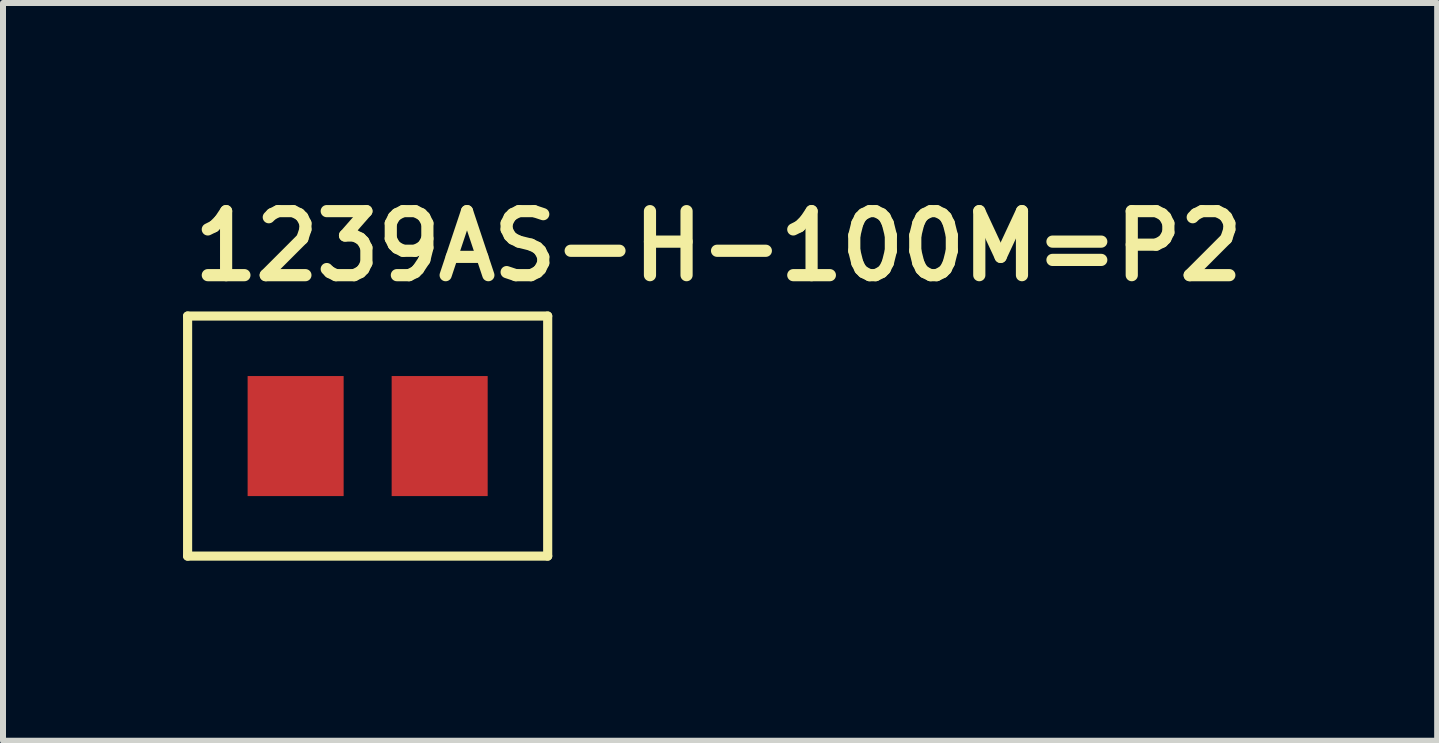
<source format=kicad_pcb>
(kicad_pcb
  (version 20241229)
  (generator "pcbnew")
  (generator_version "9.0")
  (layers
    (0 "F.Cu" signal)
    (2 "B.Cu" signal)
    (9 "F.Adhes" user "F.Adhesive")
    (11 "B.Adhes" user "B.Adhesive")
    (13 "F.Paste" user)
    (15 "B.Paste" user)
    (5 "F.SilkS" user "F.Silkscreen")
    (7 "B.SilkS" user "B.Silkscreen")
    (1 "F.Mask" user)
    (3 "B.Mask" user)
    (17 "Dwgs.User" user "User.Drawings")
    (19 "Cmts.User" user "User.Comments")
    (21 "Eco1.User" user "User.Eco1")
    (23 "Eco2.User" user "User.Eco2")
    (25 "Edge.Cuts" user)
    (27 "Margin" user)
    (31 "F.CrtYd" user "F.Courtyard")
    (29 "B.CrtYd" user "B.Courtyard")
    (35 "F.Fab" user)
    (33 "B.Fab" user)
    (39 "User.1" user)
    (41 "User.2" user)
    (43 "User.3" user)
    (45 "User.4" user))
  (footprint "1239AS-H-100M=P2"
    (layer "F.Cu")
    (at 3.076 4.216)
    (property "Reference" "1239AS-H-100M=P2" (at -3 -2.54 0) (unlocked yes) (layer "F.SilkS") (effects (font (size 1.067 1.067) (thickness 0.203)) (justify left bottom)))
    (fp_line (start -3 -2) (end 3 -2) (stroke (width 0.152) (type solid)) (layer "F.SilkS"))
    (fp_line (start -3 2) (end -3 -2) (stroke (width 0.152) (type solid)) (layer "F.SilkS"))
    (fp_line (start 3 -2) (end 3 2) (stroke (width 0.152) (type solid)) (layer "F.SilkS"))
    (fp_line (start 3 2) (end -3 2) (stroke (width 0.152) (type solid)) (layer "F.SilkS"))
    (pad "P1" smd rect (at -1.2 0) (size 1.6 2) (layers "F.Cu" "F.Mask" "F.Paste"))
    (pad "P2" smd rect (at 1.2 0) (size 1.6 2) (layers "F.Cu" "F.Mask" "F.Paste")))
  (gr_rect
    (start -3 -3)
    (end 20.897 9.293)
    (stroke (width 0.1) (type default))
    (fill no)
    (layer "Edge.Cuts")))
</source>
